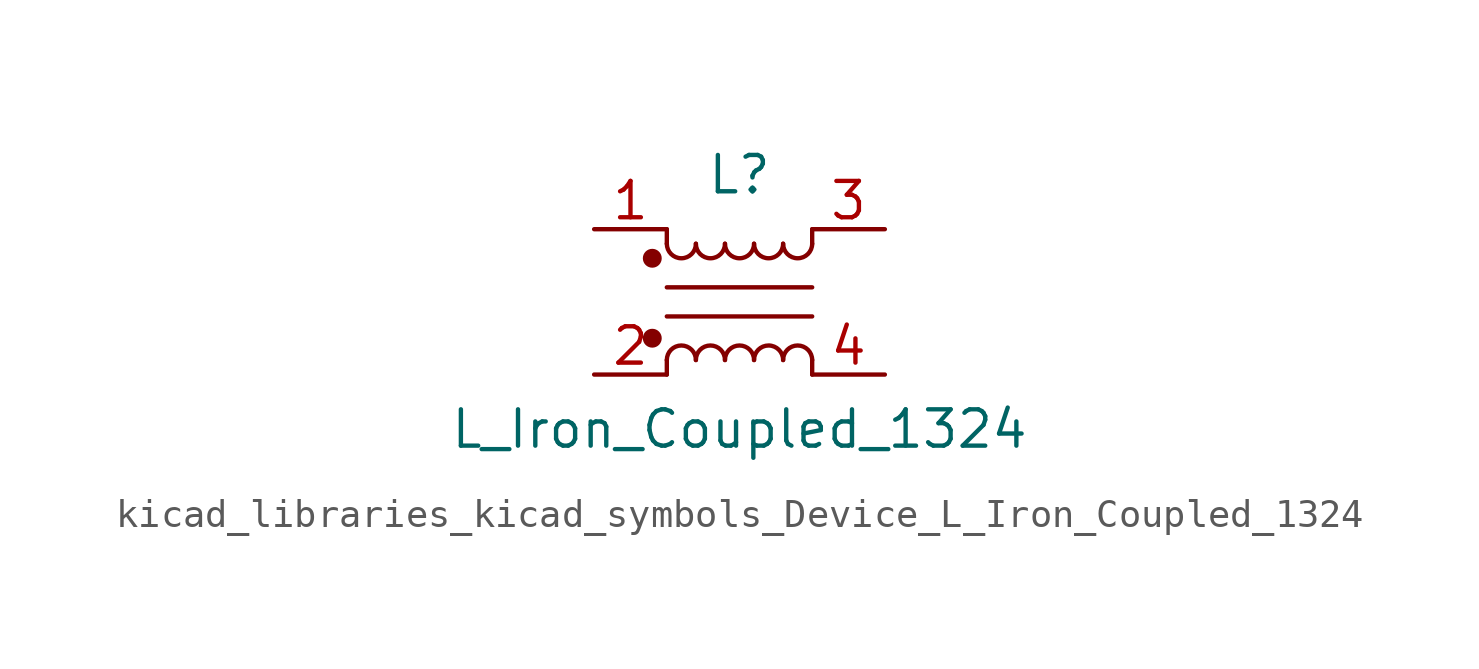
<source format=kicad_sym>
(kicad_symbol_lib
  (version 20220914)
  (generator kicad_symbol_editor)
  (symbol "kicad_libraries_kicad_symbols_Device_L_Iron_Coupled_1324"
    (pin_names
      (offset 0.254) hide)
    (property "Reference" "L"
      (at 0 4.445 0)
      (effects (font (size 1.27 1.27))))
    (property "Value" "L_Iron_Coupled_1324"
      (at 0 -4.445 0)
      (effects (font (size 1.27 1.27))))
    (symbol "kicad_libraries_kicad_symbols_Device_L_Iron_Coupled_1324_0_1"
      (circle (center -3.048 -1.27) (radius 0.254) (stroke (width 0) (type default)) (fill (type outline)))
      (circle (center -3.048 1.524) (radius 0.254) (stroke (width 0) (type default)) (fill (type outline)))
      (arc (start -2.54 2.032) (mid -2.032 1.5262) (end -1.524 2.032) (stroke (width 0) (type default)) (fill (type none)))
      (arc (start -1.524 -2.032) (mid -2.032 -1.5262) (end -2.54 -2.032) (stroke (width 0) (type default)) (fill (type none)))
      (arc (start -1.524 2.032) (mid -1.016 1.5262) (end -0.508 2.032) (stroke (width 0) (type default)) (fill (type none)))
      (arc (start -0.508 -2.032) (mid -1.016 -1.5262) (end -1.524 -2.032) (stroke (width 0) (type default)) (fill (type none)))
      (arc (start -0.508 2.032) (mid 0 1.5262) (end 0.508 2.032) (stroke (width 0) (type default)) (fill (type none)))
      (polyline (pts (xy -2.54 -2.032) (xy -2.54 -2.54)) (stroke (width 0) (type default)) (fill (type none)))
      (polyline (pts (xy -2.54 0.508) (xy 2.54 0.508)) (stroke (width 0) (type default)) (fill (type none)))
      (polyline (pts (xy -2.54 2.032) (xy -2.54 2.54)) (stroke (width 0) (type default)) (fill (type none)))
      (polyline (pts (xy 2.54 -2.032) (xy 2.54 -2.54)) (stroke (width 0) (type default)) (fill (type none)))
      (polyline (pts (xy 2.54 -0.508) (xy -2.54 -0.508)) (stroke (width 0) (type default)) (fill (type none)))
      (polyline (pts (xy 2.54 2.54) (xy 2.54 2.032)) (stroke (width 0) (type default)) (fill (type none)))
      (arc (start 0.508 -2.032) (mid 0 -1.5262) (end -0.508 -2.032) (stroke (width 0) (type default)) (fill (type none)))
      (arc (start 0.508 2.032) (mid 1.016 1.5262) (end 1.524 2.032) (stroke (width 0) (type default)) (fill (type none)))
      (arc (start 1.524 -2.032) (mid 1.016 -1.5262) (end 0.508 -2.032) (stroke (width 0) (type default)) (fill (type none)))
      (arc (start 1.524 2.032) (mid 2.032 1.5262) (end 2.54 2.032) (stroke (width 0) (type default)) (fill (type none)))
      (arc (start 2.54 -2.032) (mid 2.032 -1.5262) (end 1.524 -2.032) (stroke (width 0) (type default)) (fill (type none))))
    (symbol "kicad_libraries_kicad_symbols_Device_L_Iron_Coupled_1324_1_1"
      (pin passive line (at -5.08 2.54 0) (length 2.54) (name "1" (effects (font (size 1.27 1.27)))) (number "1" (effects (font (size 1.27 1.27)))))
      (pin passive line (at -5.08 -2.54 0) (length 2.54) (name "2" (effects (font (size 1.27 1.27)))) (number "2" (effects (font (size 1.27 1.27)))))
      (pin passive line (at 5.08 2.54 180) (length 2.54) (name "3" (effects (font (size 1.27 1.27)))) (number "3" (effects (font (size 1.27 1.27)))))
      (pin passive line (at 5.08 -2.54 180) (length 2.54) (name "4" (effects (font (size 1.27 1.27)))) (number "4" (effects (font (size 1.27 1.27))))))))
</source>
